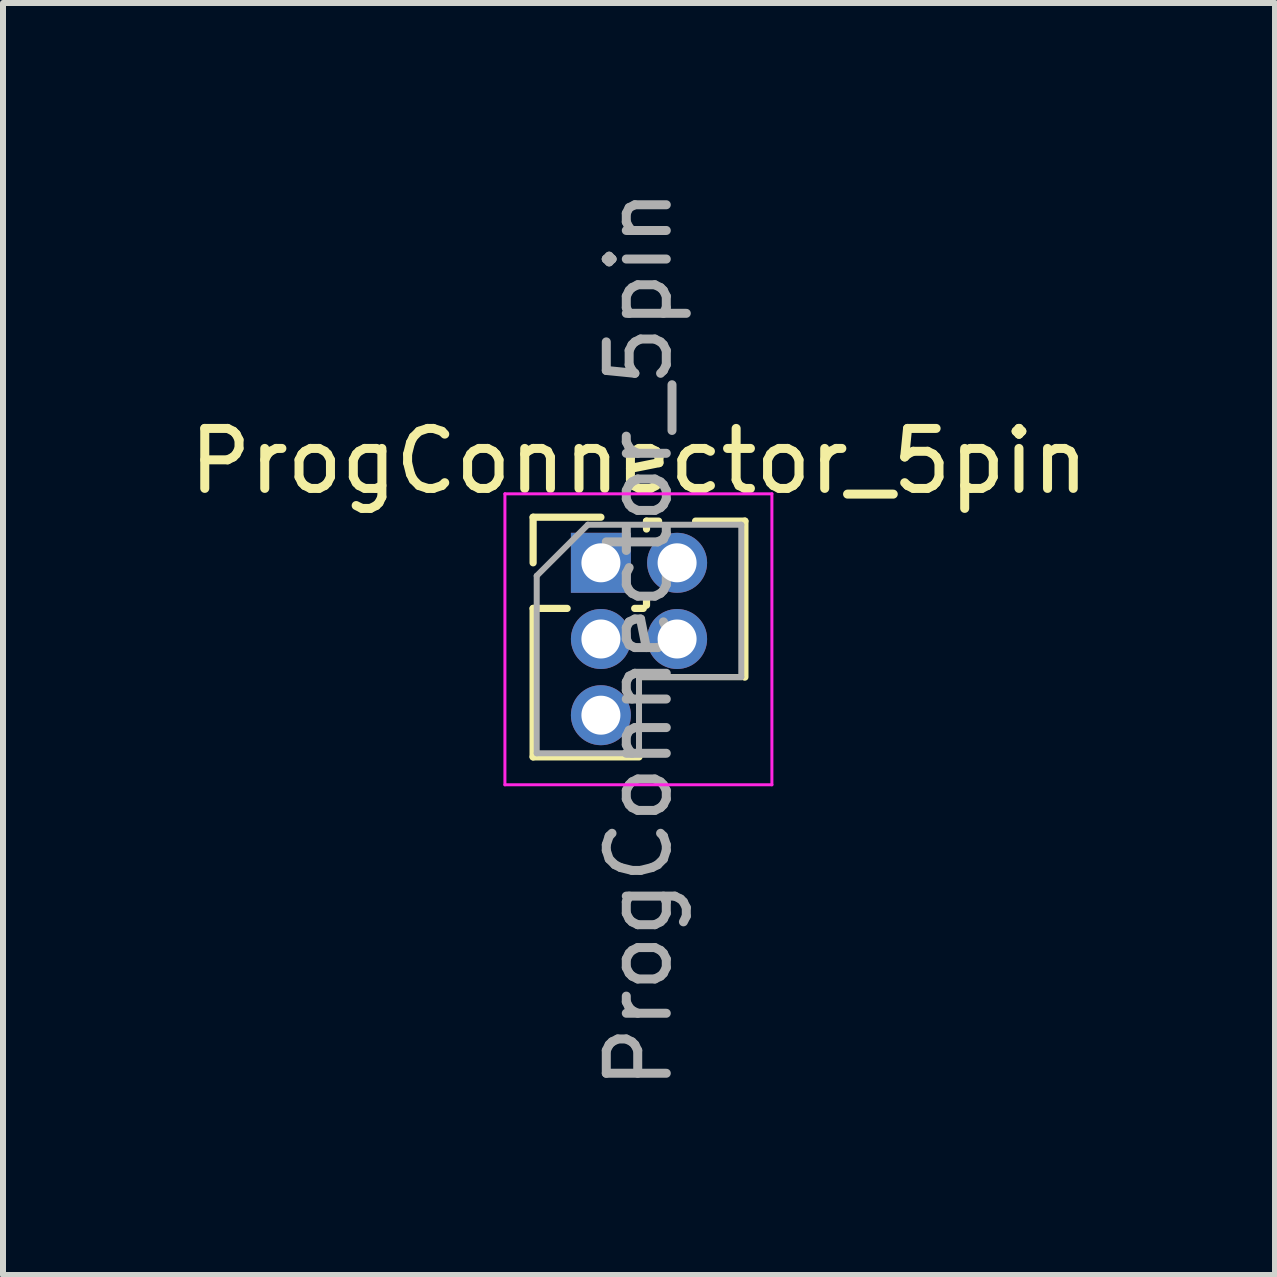
<source format=kicad_pcb>
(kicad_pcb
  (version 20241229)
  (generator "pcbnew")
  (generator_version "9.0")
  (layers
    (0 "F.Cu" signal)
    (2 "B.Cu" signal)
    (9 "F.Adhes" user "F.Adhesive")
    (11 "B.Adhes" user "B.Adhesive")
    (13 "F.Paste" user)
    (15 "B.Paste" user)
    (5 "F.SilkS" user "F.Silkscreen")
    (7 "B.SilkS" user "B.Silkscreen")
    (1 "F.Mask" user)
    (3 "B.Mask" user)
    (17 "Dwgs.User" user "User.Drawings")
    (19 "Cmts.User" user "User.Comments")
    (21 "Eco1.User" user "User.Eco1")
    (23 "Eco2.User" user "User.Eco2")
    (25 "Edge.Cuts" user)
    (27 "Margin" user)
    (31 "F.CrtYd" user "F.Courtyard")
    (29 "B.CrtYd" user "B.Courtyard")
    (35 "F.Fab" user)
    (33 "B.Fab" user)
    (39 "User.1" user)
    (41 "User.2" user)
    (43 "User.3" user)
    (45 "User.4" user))
  (footprint "ProgConnector_5pin"
    (layer "F.Cu")
    (at 6.966 6.331)
    (property "Reference" "ProgConnector_5pin" (at 0.635 -1.695 0) (layer "F.SilkS") (effects (font (size 1 1) (thickness 0.15))))
    (attr through_hole)
    (fp_line (start -1.13 -0.76) (end 0 -0.76) (stroke (width 0.12) (type solid)) (layer "F.SilkS"))
    (fp_line (start -1.13 0) (end -1.13 -0.76) (stroke (width 0.12) (type solid)) (layer "F.SilkS"))
    (fp_line (start -1.13 0.76) (end -1.13 3.235) (stroke (width 0.12) (type solid)) (layer "F.SilkS"))
    (fp_line (start -1.13 0.76) (end -0.563 0.76) (stroke (width 0.12) (type solid)) (layer "F.SilkS"))
    (fp_line (start -1.13 3.235) (end 0.635 3.235) (stroke (width 0.12) (type solid)) (layer "F.SilkS"))
    (fp_line (start 0.563 0.76) (end 0.707 0.76) (stroke (width 0.12) (type solid)) (layer "F.SilkS"))
    (fp_line (start 0.635 1.905) (end 0.635 3.235) (stroke (width 0.1) (type default)) (layer "F.SilkS"))
    (fp_line (start 0.76 -0.695) (end 0.962 -0.695) (stroke (width 0.12) (type solid)) (layer "F.SilkS"))
    (fp_line (start 0.76 -0.563) (end 0.76 -0.695) (stroke (width 0.12) (type solid)) (layer "F.SilkS"))
    (fp_line (start 0.76 0.707) (end 0.76 0.563) (stroke (width 0.12) (type solid)) (layer "F.SilkS"))
    (fp_line (start 1.578 -0.695) (end 2.4 -0.695) (stroke (width 0.12) (type solid)) (layer "F.SilkS"))
    (fp_line (start 2.4 -0.695) (end 2.4 1.905) (stroke (width 0.12) (type solid)) (layer "F.SilkS"))
    (fp_line (start 2.4 1.905) (end 0.635 1.905) (stroke (width 0.1) (type default)) (layer "F.SilkS"))
    (fp_line (start -1.6 -1.15) (end -1.6 3.7) (stroke (width 0.05) (type solid)) (layer "F.CrtYd"))
    (fp_line (start -1.6 3.7) (end 2.85 3.7) (stroke (width 0.05) (type solid)) (layer "F.CrtYd"))
    (fp_line (start 2.85 -1.15) (end -1.6 -1.15) (stroke (width 0.05) (type solid)) (layer "F.CrtYd"))
    (fp_line (start 2.85 3.7) (end 2.85 -1.15) (stroke (width 0.05) (type solid)) (layer "F.CrtYd"))
    (fp_line (start -1.07 0.217) (end -0.217 -0.635) (stroke (width 0.1) (type solid)) (layer "F.Fab"))
    (fp_line (start -1.07 3.175) (end -1.07 0.217) (stroke (width 0.1) (type solid)) (layer "F.Fab"))
    (fp_line (start -0.217 -0.635) (end 2.34 -0.635) (stroke (width 0.1) (type solid)) (layer "F.Fab"))
    (fp_line (start 0.635 1.905) (end 0.635 3.175) (stroke (width 0.1) (type default)) (layer "F.Fab"))
    (fp_line (start 0.635 3.175) (end -1.07 3.175) (stroke (width 0.1) (type solid)) (layer "F.Fab"))
    (fp_line (start 2.34 -0.635) (end 2.34 1.905) (stroke (width 0.1) (type solid)) (layer "F.Fab"))
    (fp_line (start 2.34 1.905) (end 0.635 1.905) (stroke (width 0.1) (type default)) (layer "F.Fab"))
    (fp_text user "${REFERENCE}" (at 0.635 1.27 90) (layer "F.Fab") (effects (font (size 1 1) (thickness 0.15))))
    (pad "1" thru_hole rect (at 0 0) (size 1 1) (drill 0.65) (layers "*.Cu" "*.Mask"))
    (pad "2" thru_hole oval (at 1.27 0) (size 1 1) (drill 0.65) (layers "*.Cu" "*.Mask"))
    (pad "3" thru_hole oval (at 0 1.27) (size 1 1) (drill 0.65) (layers "*.Cu" "*.Mask"))
    (pad "4" thru_hole oval (at 1.27 1.27) (size 1 1) (drill 0.65) (layers "*.Cu" "*.Mask"))
    (pad "5" thru_hole oval (at 0 2.54) (size 1 1) (drill 0.65) (layers "*.Cu" "*.Mask")))
  (gr_rect
    (start -3 -3)
    (end 18.202 18.202)
    (stroke (width 0.1) (type default))
    (fill no)
    (layer "Edge.Cuts")))
</source>
